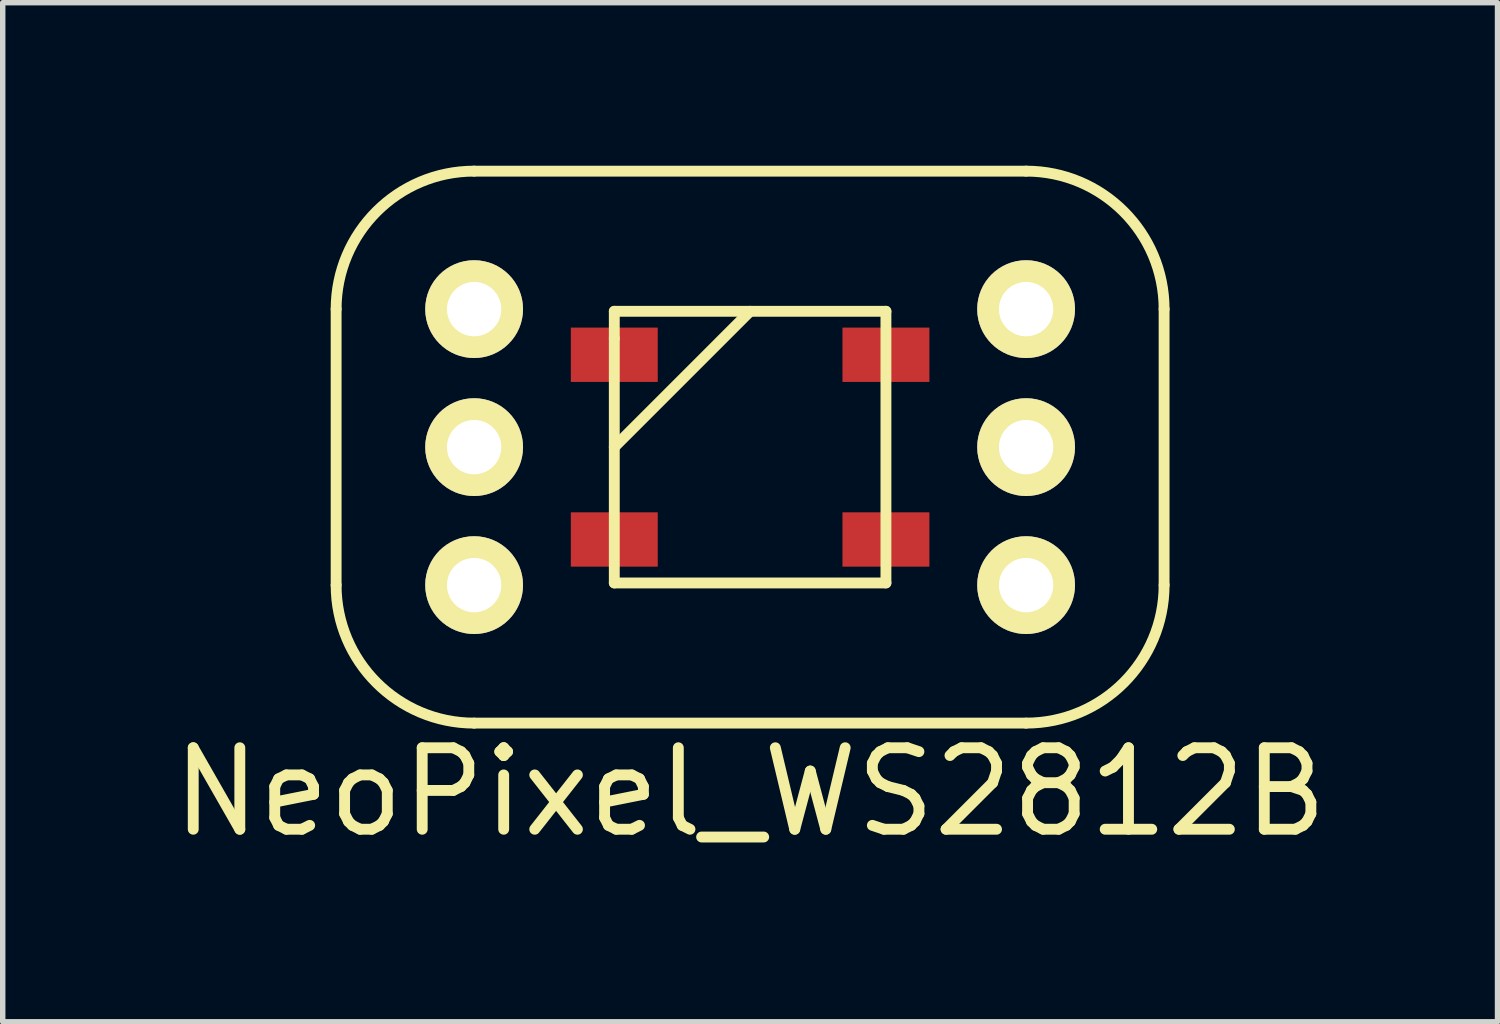
<source format=kicad_pcb>
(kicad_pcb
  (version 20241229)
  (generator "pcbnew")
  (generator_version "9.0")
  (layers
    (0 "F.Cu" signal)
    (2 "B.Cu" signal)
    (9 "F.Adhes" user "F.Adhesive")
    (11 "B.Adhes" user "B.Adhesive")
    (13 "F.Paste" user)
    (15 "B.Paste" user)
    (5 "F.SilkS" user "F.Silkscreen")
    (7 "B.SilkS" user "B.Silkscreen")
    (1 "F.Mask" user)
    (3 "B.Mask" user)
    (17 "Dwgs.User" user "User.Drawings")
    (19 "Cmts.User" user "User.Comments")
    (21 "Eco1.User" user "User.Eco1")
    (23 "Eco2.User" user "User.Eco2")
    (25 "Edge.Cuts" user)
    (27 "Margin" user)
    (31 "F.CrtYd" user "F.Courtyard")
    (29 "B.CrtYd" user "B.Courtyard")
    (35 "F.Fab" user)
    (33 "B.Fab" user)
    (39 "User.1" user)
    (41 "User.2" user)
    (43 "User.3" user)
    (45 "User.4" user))
  (footprint "NeoPixel_WS2812B"
    (layer "F.Cu")
    (at 10.757 5.18)
    (property "Reference" "NeoPixel_WS2812B" (at 0 6.35 0) (layer "F.SilkS") (effects (font (size 1.5 1.5) (thickness 0.2))))
    (attr through_hole)
    (fp_line (start -7.62 2.54) (end -7.62 -2.54) (stroke (width 0.2) (type solid)) (layer "F.SilkS"))
    (fp_line (start -5.08 -5.08) (end 5.08 -5.08) (stroke (width 0.2) (type solid)) (layer "F.SilkS"))
    (fp_line (start -2.5 -2) (end -2.5 -2.5) (stroke (width 0.2) (type solid)) (layer "F.SilkS"))
    (fp_line (start -2.5 2.5) (end -2.5 -2) (stroke (width 0.2) (type solid)) (layer "F.SilkS"))
    (fp_line (start 0 -2.5) (end -2.5 0) (stroke (width 0.2) (type solid)) (layer "F.SilkS"))
    (fp_line (start 2.5 -2.5) (end -2.5 -2.5) (stroke (width 0.2) (type solid)) (layer "F.SilkS"))
    (fp_line (start 2.5 -2.5) (end 2.5 2.5) (stroke (width 0.2) (type solid)) (layer "F.SilkS"))
    (fp_line (start 2.5 2.5) (end -2.5 2.5) (stroke (width 0.2) (type solid)) (layer "F.SilkS"))
    (fp_line (start 5.08 5.08) (end -5.08 5.08) (stroke (width 0.2) (type solid)) (layer "F.SilkS"))
    (fp_line (start 7.62 -2.54) (end 7.62 2.54) (stroke (width 0.2) (type solid)) (layer "F.SilkS"))
    (fp_arc (start -7.62 -2.54) (mid -6.876051 -4.336051) (end -5.08 -5.08) (stroke (width 0.2) (type solid)) (layer "F.SilkS"))
    (fp_arc (start -5.08 5.08) (mid -6.876051 4.336051) (end -7.62 2.54) (stroke (width 0.2) (type solid)) (layer "F.SilkS"))
    (fp_arc (start 5.08 -5.08) (mid 6.876051 -4.336051) (end 7.62 -2.54) (stroke (width 0.2) (type solid)) (layer "F.SilkS"))
    (fp_arc (start 7.62 2.54) (mid 6.876051 4.336051) (end 5.08 5.08) (stroke (width 0.2) (type solid)) (layer "F.SilkS"))
    (pad "1" thru_hole circle (at -5.08 -2.54) (size 1.8 1.8) (drill 1) (layers "*.Cu" "*.Mask" "F.SilkS"))
    (pad "2" thru_hole circle (at -5.08 0) (size 1.8 1.8) (drill 1) (layers "*.Cu" "*.Mask" "F.SilkS"))
    (pad "2" smd rect (at -2.5 -1.7 180) (size 1.6 1) (layers "F.Cu" "F.Mask" "F.Paste"))
    (pad "3" thru_hole circle (at -5.08 2.54) (size 1.8 1.8) (drill 1) (layers "*.Cu" "*.Mask" "F.SilkS"))
    (pad "3" smd rect (at -2.5 1.7 180) (size 1.6 1) (layers "F.Cu" "F.Mask" "F.Paste"))
    (pad "4" smd rect (at 2.5 -1.7 180) (size 1.6 1) (layers "F.Cu" "F.Mask" "F.Paste"))
    (pad "4" thru_hole circle (at 5.08 2.54) (size 1.8 1.8) (drill 1) (layers "*.Cu" "*.Mask" "F.SilkS"))
    (pad "5" thru_hole circle (at 5.08 0) (size 1.8 1.8) (drill 1) (layers "*.Cu" "*.Mask" "F.SilkS"))
    (pad "6" smd rect (at 2.5 1.7 180) (size 1.6 1) (layers "F.Cu" "F.Mask" "F.Paste"))
    (pad "6" thru_hole circle (at 5.08 -2.54) (size 1.8 1.8) (drill 1) (layers "*.Cu" "*.Mask" "F.SilkS")))
  (gr_rect
    (start -3 -3)
    (end 24.514 15.758)
    (stroke (width 0.1) (type default))
    (fill no)
    (layer "Edge.Cuts")))
</source>
